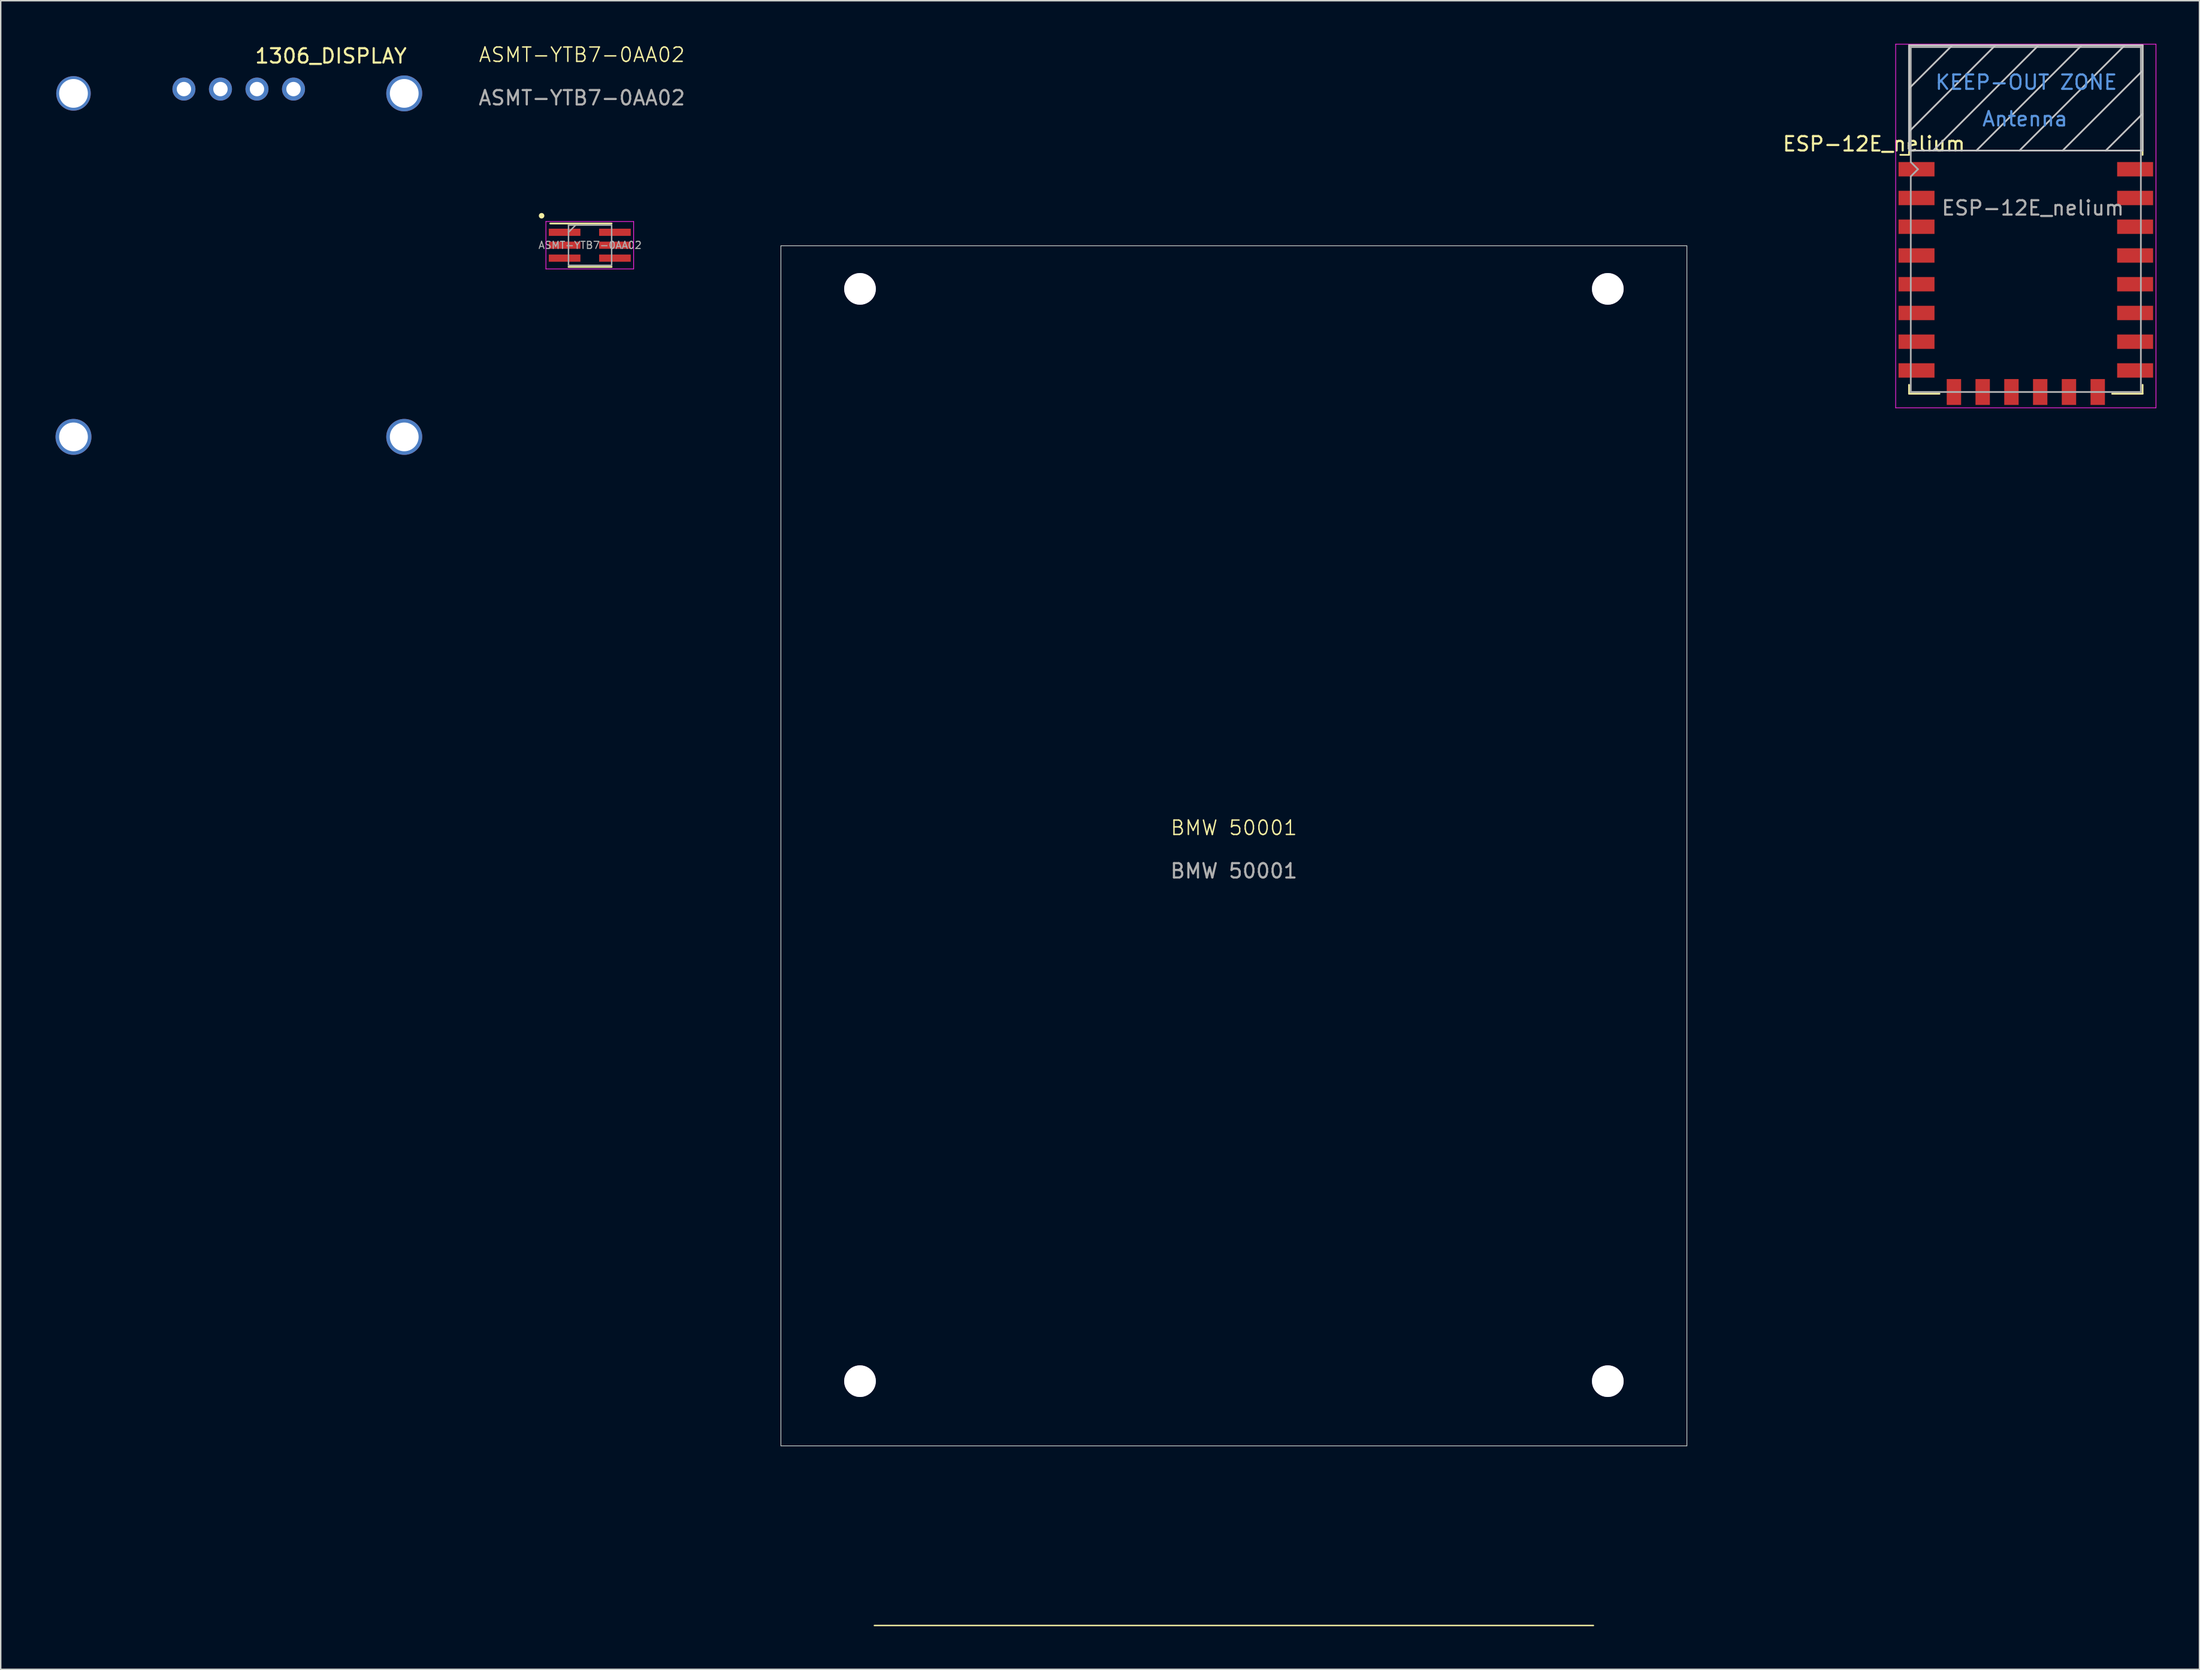
<source format=kicad_pcb>
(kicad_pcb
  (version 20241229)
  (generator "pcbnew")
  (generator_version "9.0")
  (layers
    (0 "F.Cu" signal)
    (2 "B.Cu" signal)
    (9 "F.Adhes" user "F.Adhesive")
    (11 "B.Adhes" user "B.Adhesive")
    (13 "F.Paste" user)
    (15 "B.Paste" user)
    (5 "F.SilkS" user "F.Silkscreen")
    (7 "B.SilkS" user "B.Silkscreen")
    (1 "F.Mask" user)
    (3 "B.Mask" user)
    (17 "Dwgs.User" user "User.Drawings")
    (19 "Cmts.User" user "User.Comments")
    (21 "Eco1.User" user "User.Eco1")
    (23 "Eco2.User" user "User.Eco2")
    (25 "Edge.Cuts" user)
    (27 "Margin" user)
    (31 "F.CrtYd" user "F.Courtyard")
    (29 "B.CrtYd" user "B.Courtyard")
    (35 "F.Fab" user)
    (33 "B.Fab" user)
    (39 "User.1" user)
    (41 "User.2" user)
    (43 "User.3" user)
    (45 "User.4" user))
  (footprint "ESP-12E_nelium"
    (layer "F.Cu")
    (at 137.822 12.225)
    (property "Reference" "ESP-12E_nelium" (at -10.56 -5.26 0) (layer "F.SilkS") (effects (font (size 1 1) (thickness 0.15))))
    (attr smd)
    (fp_line (start -8.12 -12.12) (end 8.12 -12.12) (stroke (width 0.12) (type solid)) (layer "F.SilkS"))
    (fp_line (start -8.12 -4.5) (end -8.73 -4.5) (stroke (width 0.12) (type solid)) (layer "F.SilkS"))
    (fp_line (start -8.12 -4.5) (end -8.12 -12.12) (stroke (width 0.12) (type solid)) (layer "F.SilkS"))
    (fp_line (start -8.12 12.12) (end -8.12 11.5) (stroke (width 0.12) (type solid)) (layer "F.SilkS"))
    (fp_line (start -6 12.12) (end -8.12 12.12) (stroke (width 0.12) (type solid)) (layer "F.SilkS"))
    (fp_line (start 8.12 -12.12) (end 8.12 -4.5) (stroke (width 0.12) (type solid)) (layer "F.SilkS"))
    (fp_line (start 8.12 11.5) (end 8.12 12.12) (stroke (width 0.12) (type solid)) (layer "F.SilkS"))
    (fp_line (start 8.12 12.12) (end 6 12.12) (stroke (width 0.12) (type solid)) (layer "F.SilkS"))
    (fp_line (start -8.12 -12.12) (end 8.12 -12.12) (stroke (width 0.12) (type solid)) (layer "Dwgs.User"))
    (fp_line (start -8.12 -9.12) (end -5.12 -12.12) (stroke (width 0.12) (type solid)) (layer "Dwgs.User"))
    (fp_line (start -8.12 -6.12) (end -2.12 -12.12) (stroke (width 0.12) (type solid)) (layer "Dwgs.User"))
    (fp_line (start -8.12 -4.8) (end -8.12 -12.12) (stroke (width 0.12) (type solid)) (layer "Dwgs.User"))
    (fp_line (start -6.44 -4.8) (end 0.88 -12.12) (stroke (width 0.12) (type solid)) (layer "Dwgs.User"))
    (fp_line (start -3.44 -4.8) (end 3.88 -12.12) (stroke (width 0.12) (type solid)) (layer "Dwgs.User"))
    (fp_line (start -0.44 -4.8) (end 6.88 -12.12) (stroke (width 0.12) (type solid)) (layer "Dwgs.User"))
    (fp_line (start 2.56 -4.8) (end 8.12 -10.36) (stroke (width 0.12) (type solid)) (layer "Dwgs.User"))
    (fp_line (start 5.56 -4.8) (end 8.12 -7.36) (stroke (width 0.12) (type solid)) (layer "Dwgs.User"))
    (fp_line (start 8.12 -12.12) (end 8.12 -4.8) (stroke (width 0.12) (type solid)) (layer "Dwgs.User"))
    (fp_line (start 8.12 -4.8) (end -8.12 -4.8) (stroke (width 0.12) (type solid)) (layer "Dwgs.User"))
    (fp_line (start -9.05 -12.2) (end 9.05 -12.2) (stroke (width 0.05) (type solid)) (layer "F.CrtYd"))
    (fp_line (start -9.05 13.1) (end -9.05 -12.2) (stroke (width 0.05) (type solid)) (layer "F.CrtYd"))
    (fp_line (start 9.05 -12.2) (end 9.05 13.1) (stroke (width 0.05) (type solid)) (layer "F.CrtYd"))
    (fp_line (start 9.05 13.1) (end -9.05 13.1) (stroke (width 0.05) (type solid)) (layer "F.CrtYd"))
    (fp_line (start -8 -12) (end 8 -12) (stroke (width 0.12) (type solid)) (layer "F.Fab"))
    (fp_line (start -8 -4) (end -8 -12) (stroke (width 0.12) (type solid)) (layer "F.Fab"))
    (fp_line (start -8 -3) (end -7.5 -3.5) (stroke (width 0.12) (type solid)) (layer "F.Fab"))
    (fp_line (start -8 12) (end -8 -3) (stroke (width 0.12) (type solid)) (layer "F.Fab"))
    (fp_line (start -7.5 -3.5) (end -8 -4) (stroke (width 0.12) (type solid)) (layer "F.Fab"))
    (fp_line (start 8 -12) (end 8 12) (stroke (width 0.12) (type solid)) (layer "F.Fab"))
    (fp_line (start 8 12) (end -8 12) (stroke (width 0.12) (type solid)) (layer "F.Fab"))
    (fp_text user "Antenna" (at -0.06 -7 180) (layer "Cmts.User") (effects (font (size 1 1) (thickness 0.15))))
    (fp_text user "KEEP-OUT ZONE" (at 0.03 -9.55 180) (layer "Cmts.User") (effects (font (size 1 1) (thickness 0.15))))
    (fp_text user "${REFERENCE}" (at 0.49 -0.8 0) (layer "F.Fab") (effects (font (size 1 1) (thickness 0.15))))
    (pad "1" smd rect (at -7.6 -3.5) (size 2.5 1) (layers "F.Cu" "F.Mask" "F.Paste"))
    (pad "2" smd rect (at -7.6 -1.5) (size 2.5 1) (layers "F.Cu" "F.Mask" "F.Paste"))
    (pad "3" smd rect (at -7.6 0.5) (size 2.5 1) (layers "F.Cu" "F.Mask" "F.Paste"))
    (pad "4" smd rect (at -7.6 2.5) (size 2.5 1) (layers "F.Cu" "F.Mask" "F.Paste"))
    (pad "5" smd rect (at -7.6 4.5) (size 2.5 1) (layers "F.Cu" "F.Mask" "F.Paste"))
    (pad "6" smd rect (at -7.6 6.5) (size 2.5 1) (layers "F.Cu" "F.Mask" "F.Paste"))
    (pad "7" smd rect (at -7.6 8.5) (size 2.5 1) (layers "F.Cu" "F.Mask" "F.Paste"))
    (pad "8" smd rect (at -7.6 10.5) (size 2.5 1) (layers "F.Cu" "F.Mask" "F.Paste"))
    (pad "9" smd rect (at -5 12) (size 1 1.8) (layers "F.Cu" "F.Mask" "F.Paste"))
    (pad "10" smd rect (at -3 12) (size 1 1.8) (layers "F.Cu" "F.Mask" "F.Paste"))
    (pad "11" smd rect (at -1 12) (size 1 1.8) (layers "F.Cu" "F.Mask" "F.Paste"))
    (pad "12" smd rect (at 1 12) (size 1 1.8) (layers "F.Cu" "F.Mask" "F.Paste"))
    (pad "13" smd rect (at 3 12) (size 1 1.8) (layers "F.Cu" "F.Mask" "F.Paste"))
    (pad "14" smd rect (at 5 12) (size 1 1.8) (layers "F.Cu" "F.Mask" "F.Paste"))
    (pad "15" smd rect (at 7.6 10.5) (size 2.5 1) (layers "F.Cu" "F.Mask" "F.Paste"))
    (pad "16" smd rect (at 7.6 8.5) (size 2.5 1) (layers "F.Cu" "F.Mask" "F.Paste"))
    (pad "17" smd rect (at 7.6 6.5) (size 2.5 1) (layers "F.Cu" "F.Mask" "F.Paste"))
    (pad "18" smd rect (at 7.6 4.5) (size 2.5 1) (layers "F.Cu" "F.Mask" "F.Paste"))
    (pad "19" smd rect (at 7.6 2.5) (size 2.5 1) (layers "F.Cu" "F.Mask" "F.Paste"))
    (pad "20" smd rect (at 7.6 0.5) (size 2.5 1) (layers "F.Cu" "F.Mask" "F.Paste"))
    (pad "21" smd rect (at 7.6 -1.5) (size 2.5 1) (layers "F.Cu" "F.Mask" "F.Paste"))
    (pad "22" smd rect (at 7.6 -3.5) (size 2.5 1) (layers "F.Cu" "F.Mask" "F.Paste")))
  (footprint "1306_DISPLAY"
    (layer "F.Cu")
    (at 13.56 16.148)
    (property "Reference" "1306_DISPLAY" (at 6.4 -15.3 0) (layer "F.SilkS") (effects (font (size 1 1) (thickness 0.15))))
    (attr through_hole)
    (fp_line (start -13.5 -14.5) (end 13.5 -14.5) (stroke (width 0.12) (type solid)) (layer "Eco1.User"))
    (fp_line (start -13.5 -14) (end -13.5 -14.5) (stroke (width 0.12) (type solid)) (layer "Eco1.User"))
    (fp_line (start -13.5 13) (end -13.5 -14) (stroke (width 0.12) (type solid)) (layer "Eco1.User"))
    (fp_line (start 13.5 -14.5) (end 13.5 13) (stroke (width 0.12) (type solid)) (layer "Eco1.User"))
    (fp_line (start 13.5 13) (end -13.5 13) (stroke (width 0.12) (type solid)) (layer "Eco1.User"))
    (pad "0" thru_hole circle (at -11.5 -12.7) (size 2.4 2.4) (drill 2) (layers "*.Cu" "*.Mask"))
    (pad "0" thru_hole circle (at -11.5 11.2) (size 2.5 2.5) (drill 2) (layers "*.Cu" "*.Mask"))
    (pad "0" thru_hole circle (at 11.5 -12.7) (size 2.5 2.5) (drill 2) (layers "*.Cu" "*.Mask"))
    (pad "0" thru_hole circle (at 11.5 11.2) (size 2.5 2.5) (drill 2) (layers "*.Cu" "*.Mask"))
    (pad "1" thru_hole circle (at -3.82 -13) (size 1.6 1.6) (drill 1) (layers "*.Cu" "*.Mask"))
    (pad "2" thru_hole circle (at -1.28 -13) (size 1.6 1.6) (drill 1) (layers "*.Cu" "*.Mask"))
    (pad "3" thru_hole circle (at 1.26 -13) (size 1.6 1.6) (drill 1) (layers "*.Cu" "*.Mask"))
    (pad "4" thru_hole circle (at 3.8 -13) (size 1.6 1.6) (drill 1) (layers "*.Cu" "*.Mask")))
  (footprint "ASMT-YTB7-0AA02"
    (layer "F.Cu")
    (at 37.812 14.161)
    (property "Reference" "ASMT-YTB7-0AA02" (at -0.4 -13.4 0) (unlocked yes) (layer "F.SilkS") (effects (font (size 1 1) (thickness 0.1))))
    (attr smd)
    (fp_line (start -2.6 -1.66) (end 1.67 -1.66) (stroke (width 0.12) (type solid)) (layer "F.SilkS"))
    (fp_line (start -1.33 1.36) (end 1.67 1.36) (stroke (width 0.12) (type solid)) (layer "F.SilkS"))
    (fp_circle (center -3.2 -2.2) (end -3.059 -2.2) (stroke (width 0.1) (type solid)) (fill yes) (layer "F.SilkS"))
    (fp_line (start -2.9 -1.8) (end -2.9 1.5) (stroke (width 0.05) (type solid)) (layer "F.CrtYd"))
    (fp_line (start -2.9 -1.8) (end 3.2 -1.8) (stroke (width 0.05) (type solid)) (layer "F.CrtYd"))
    (fp_line (start -2.9 1.5) (end 3.2 1.5) (stroke (width 0.05) (type solid)) (layer "F.CrtYd"))
    (fp_line (start 3.2 -1.8) (end 3.2 1.5) (stroke (width 0.05) (type solid)) (layer "F.CrtYd"))
    (fp_line (start -1.33 -1.55) (end -1.33 1.25) (stroke (width 0.1) (type solid)) (layer "F.Fab"))
    (fp_line (start -1.33 -1.55) (end 1.67 -1.55) (stroke (width 0.1) (type solid)) (layer "F.Fab"))
    (fp_line (start -1.33 -1.05) (end -0.83 -1.55) (stroke (width 0.1) (type solid)) (layer "F.Fab"))
    (fp_line (start -1.33 1.25) (end 1.67 1.25) (stroke (width 0.1) (type solid)) (layer "F.Fab"))
    (fp_line (start 1.67 -1.55) (end 1.67 1.25) (stroke (width 0.1) (type solid)) (layer "F.Fab"))
    (fp_text user "${REFERENCE}" (at -0.4 -10.4 0) (unlocked yes) (layer "F.Fab") (effects (font (size 1 1) (thickness 0.15))))
    (fp_text user "${REFERENCE}" (at 0.17 -0.15 0) (layer "F.Fab") (effects (font (size 0.5 0.5) (thickness 0.075))))
    (pad "1" smd rect (at -1.6 -1.05) (size 2.2 0.5) (layers "F.Cu" "F.Mask" "F.Paste"))
    (pad "2" smd rect (at -1.6 -0.15) (size 2.2 0.5) (layers "F.Cu" "F.Mask" "F.Paste"))
    (pad "3" smd rect (at -1.6 0.75) (size 2.2 0.5) (layers "F.Cu" "F.Mask" "F.Paste"))
    (pad "4" smd rect (at 1.9 0.75) (size 2.2 0.5) (layers "F.Cu" "F.Mask" "F.Paste"))
    (pad "5" smd rect (at 1.9 -0.15) (size 2.2 0.5) (layers "F.Cu" "F.Mask" "F.Paste"))
    (pad "6" smd rect (at 1.9 -1.05) (size 2.2 0.5) (layers "F.Cu" "F.Mask" "F.Paste")))
  (footprint "BMW 50001"
    (layer "F.Cu")
    (at 82.753 55.05)
    (property "Reference" "BMW 50001" (at 0 -0.5 0) (unlocked yes) (layer "F.SilkS") (effects (font (size 1 1) (thickness 0.1))))
    (attr through_hole)
    (fp_line (start 25 55) (end -25 55) (stroke (width 0.1) (type default)) (layer "F.SilkS"))
    (fp_line (start -35 10) (end -35 25) (stroke (width 0.1) (type default)) (layer "Eco1.User"))
    (fp_line (start -35 25) (end 35 25) (stroke (width 0.1) (type default)) (layer "Eco1.User"))
    (fp_line (start -25 50) (end 25 50) (stroke (width 0.1) (type default)) (layer "Eco1.User"))
    (fp_line (start -25 55) (end -25 50) (stroke (width 0.1) (type default)) (layer "Eco1.User"))
    (fp_line (start 25 50) (end 25 55) (stroke (width 0.1) (type default)) (layer "Eco1.User"))
    (fp_line (start 35 10) (end -35 10) (stroke (width 0.1) (type default)) (layer "Eco1.User"))
    (fp_line (start 35 25) (end 35 10) (stroke (width 0.1) (type default)) (layer "Eco1.User"))
    (fp_line (start -31.5 -41) (end 31.5 -41) (stroke (width 0.05) (type default)) (layer "Edge.Cuts"))
    (fp_line (start -31.5 42.5) (end -31.5 -41) (stroke (width 0.05) (type default)) (layer "Edge.Cuts"))
    (fp_line (start 31.5 -41) (end 31.5 42.5) (stroke (width 0.05) (type default)) (layer "Edge.Cuts"))
    (fp_line (start 31.5 42.5) (end -31.5 42.5) (stroke (width 0.05) (type default)) (layer "Edge.Cuts"))
    (fp_line (start -35 -45) (end -35 45) (stroke (width 0.1) (type default)) (layer "Margin"))
    (fp_line (start -25 55) (end 25 55) (stroke (width 0.1) (type default)) (layer "Margin"))
    (fp_line (start 25 -55) (end -25 -55) (stroke (width 0.1) (type default)) (layer "Margin"))
    (fp_line (start 35 45) (end 35 -45) (stroke (width 0.1) (type default)) (layer "Margin"))
    (fp_arc (start -35 -45) (mid -32.071068 -52.071067) (end -25 -55) (stroke (width 0.1) (type default)) (layer "Margin"))
    (fp_arc (start -25 55) (mid -32.071067 52.071068) (end -35 45) (stroke (width 0.1) (type default)) (layer "Margin"))
    (fp_arc (start 25 -55) (mid 32.071067 -52.071068) (end 35 -45) (stroke (width 0.1) (type default)) (layer "Margin"))
    (fp_arc (start 35 45) (mid 32.071068 52.071067) (end 25 55) (stroke (width 0.1) (type default)) (layer "Margin"))
    (fp_text user "${REFERENCE}" (at 0 2.5 0) (unlocked yes) (layer "F.Fab") (effects (font (size 1 1) (thickness 0.15))))
    (pad "" thru_hole circle (at -26 -38) (size 2.2 2.2) (drill 2.2) (layers "*.Cu"))
    (pad "" thru_hole circle (at -26 38) (size 2.2 2.2) (drill 2.2) (layers "*.Cu"))
    (pad "" thru_hole circle (at 26 -38) (size 2.2 2.2) (drill 2.2) (layers "*.Cu"))
    (pad "" thru_hole circle (at 26 38) (size 2.2 2.2) (drill 2.2) (layers "*.Cu")))
  (gr_rect
    (start -3 -3)
    (end 149.897 113.1)
    (stroke (width 0.1) (type default))
    (fill no)
    (layer "Edge.Cuts")))
</source>
